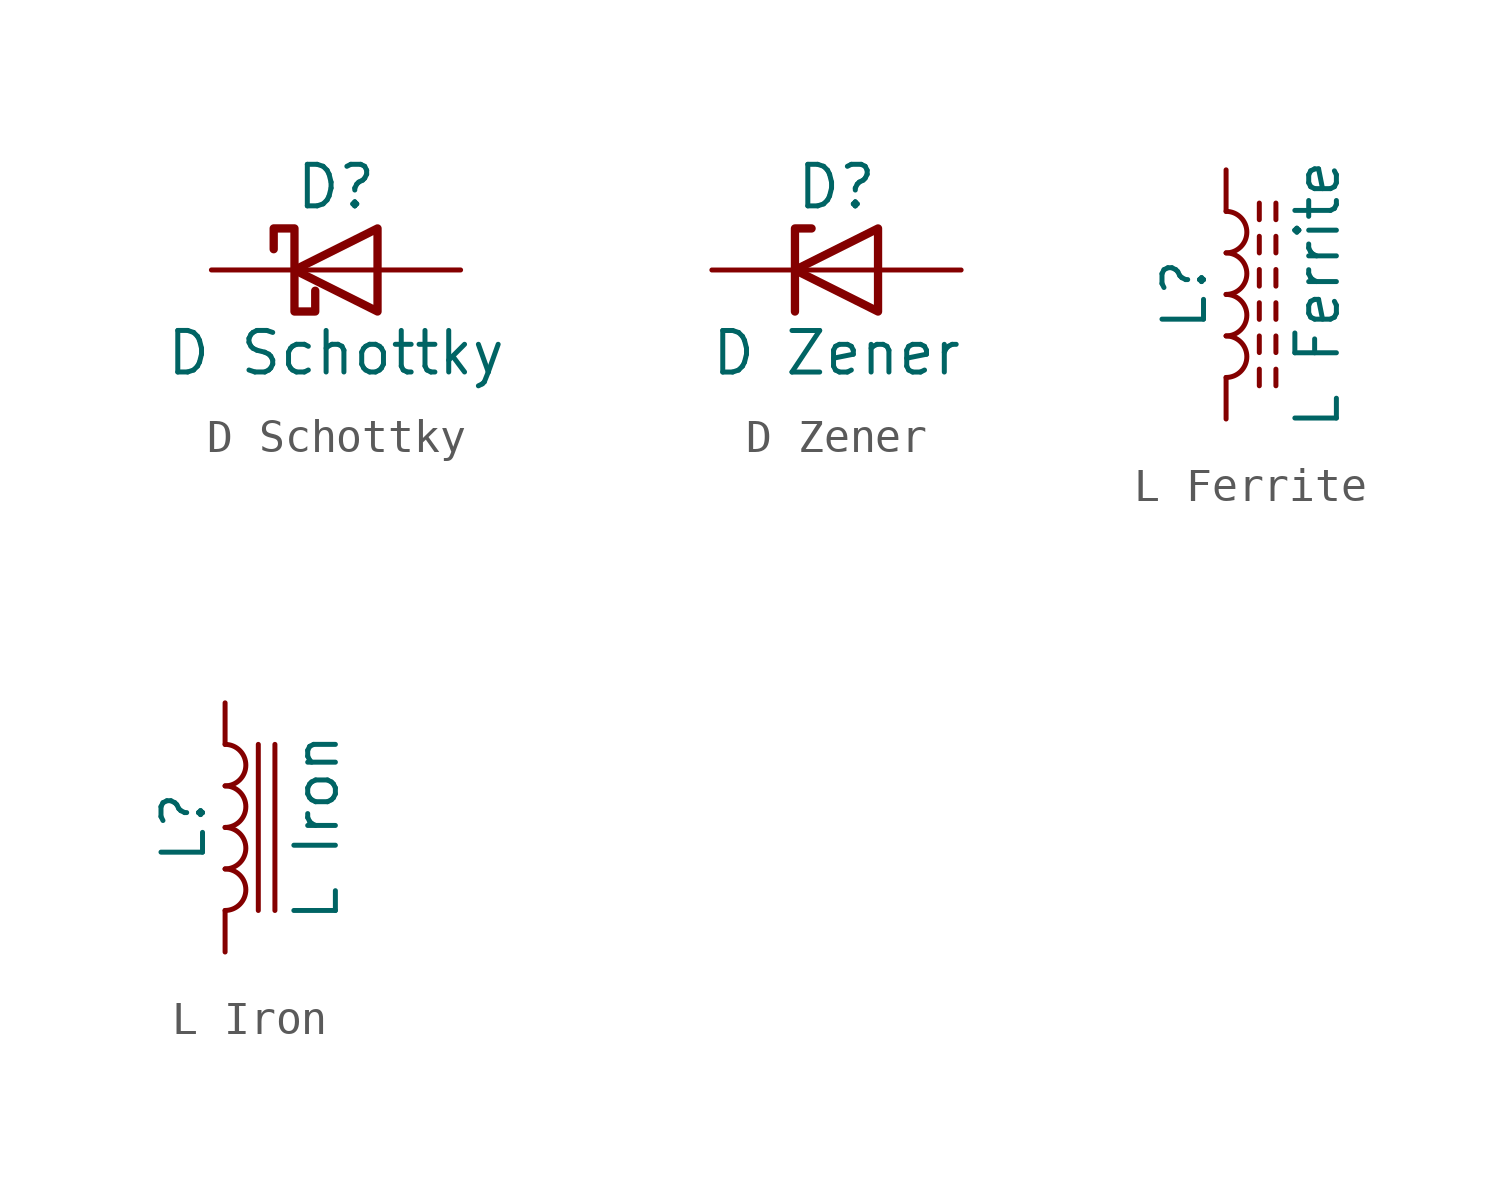
<source format=kicad_sym>
(kicad_symbol_lib
  (version 20220914)
  (generator kicad_symbol_editor)
  (symbol "D Schottky"
    (pin_numbers hide)
    (pin_names
      (offset 1.016) hide)
    (property "Reference" "D"
      (at 0 2.54 0)
      (effects (font (size 1.27 1.27))))
    (property "Value" "D Schottky"
      (at 0 -2.54 0)
      (effects (font (size 1.27 1.27))))
    (symbol "D Schottky_0_1"
      (polyline (pts (xy 1.27 0) (xy -1.27 0)) (stroke (width 0) (type default)) (fill (type none)))
      (polyline (pts (xy 1.27 1.27) (xy 1.27 -1.27) (xy -1.27 0) (xy 1.27 1.27)) (stroke (width 0.254) (type default)) (fill (type none)))
      (polyline (pts (xy -1.905 0.635) (xy -1.905 1.27) (xy -1.27 1.27) (xy -1.27 -1.27) (xy -0.635 -1.27) (xy -0.635 -0.635)) (stroke (width 0.254) (type default)) (fill (type none))))
    (symbol "D Schottky_1_1"
      (pin passive line (at -3.81 0 0) (length 2.54) (name "K" (effects (font (size 1.27 1.27)))) (number "1" (effects (font (size 1.27 1.27)))))
      (pin passive line (at 3.81 0 180) (length 2.54) (name "A" (effects (font (size 1.27 1.27)))) (number "2" (effects (font (size 1.27 1.27)))))))
  (symbol "D Zener"
    (pin_numbers hide)
    (pin_names
      (offset 1.016) hide)
    (property "Reference" "D"
      (at 0 2.54 0)
      (effects (font (size 1.27 1.27))))
    (property "Value" "D Zener"
      (at 0 -2.54 0)
      (effects (font (size 1.27 1.27))))
    (symbol "D Zener_0_1"
      (polyline (pts (xy 1.27 0) (xy -1.27 0)) (stroke (width 0) (type default)) (fill (type none)))
      (polyline (pts (xy -1.27 -1.27) (xy -1.27 1.27) (xy -0.762 1.27)) (stroke (width 0.254) (type default)) (fill (type none)))
      (polyline (pts (xy 1.27 -1.27) (xy 1.27 1.27) (xy -1.27 0) (xy 1.27 -1.27)) (stroke (width 0.254) (type default)) (fill (type none))))
    (symbol "D Zener_1_1"
      (pin passive line (at -3.81 0 0) (length 2.54) (name "K" (effects (font (size 1.27 1.27)))) (number "1" (effects (font (size 1.27 1.27)))))
      (pin passive line (at 3.81 0 180) (length 2.54) (name "A" (effects (font (size 1.27 1.27)))) (number "2" (effects (font (size 1.27 1.27)))))))
  (symbol "L Ferrite"
    (pin_numbers hide)
    (pin_names
      (offset 1.016) hide)
    (property "Reference" "L"
      (at -1.27 0 90)
      (effects (font (size 1.27 1.27))))
    (property "Value" "L Ferrite"
      (at 2.794 0 90)
      (effects (font (size 1.27 1.27))))
    (symbol "L Ferrite_0_1"
      (arc (start 0 -2.54) (mid 0.6323 -1.905) (end 0 -1.27) (stroke (width 0) (type default)) (fill (type none)))
      (arc (start 0 -1.27) (mid 0.6323 -0.635) (end 0 0) (stroke (width 0) (type default)) (fill (type none)))
      (polyline (pts (xy 1.016 -2.794) (xy 1.016 -2.286)) (stroke (width 0) (type default)) (fill (type none)))
      (polyline (pts (xy 1.016 -1.778) (xy 1.016 -1.27)) (stroke (width 0) (type default)) (fill (type none)))
      (polyline (pts (xy 1.016 -0.762) (xy 1.016 -0.254)) (stroke (width 0) (type default)) (fill (type none)))
      (polyline (pts (xy 1.016 0.254) (xy 1.016 0.762)) (stroke (width 0) (type default)) (fill (type none)))
      (polyline (pts (xy 1.016 1.27) (xy 1.016 1.778)) (stroke (width 0) (type default)) (fill (type none)))
      (polyline (pts (xy 1.016 2.286) (xy 1.016 2.794)) (stroke (width 0) (type default)) (fill (type none)))
      (polyline (pts (xy 1.524 -2.286) (xy 1.524 -2.794)) (stroke (width 0) (type default)) (fill (type none)))
      (polyline (pts (xy 1.524 -1.27) (xy 1.524 -1.778)) (stroke (width 0) (type default)) (fill (type none)))
      (polyline (pts (xy 1.524 -0.254) (xy 1.524 -0.762)) (stroke (width 0) (type default)) (fill (type none)))
      (polyline (pts (xy 1.524 0.762) (xy 1.524 0.254)) (stroke (width 0) (type default)) (fill (type none)))
      (polyline (pts (xy 1.524 1.778) (xy 1.524 1.27)) (stroke (width 0) (type default)) (fill (type none)))
      (polyline (pts (xy 1.524 2.794) (xy 1.524 2.286)) (stroke (width 0) (type default)) (fill (type none)))
      (arc (start 0 0) (mid 0.6323 0.635) (end 0 1.27) (stroke (width 0) (type default)) (fill (type none)))
      (arc (start 0 1.27) (mid 0.6323 1.905) (end 0 2.54) (stroke (width 0) (type default)) (fill (type none))))
    (symbol "L Ferrite_1_1"
      (pin passive line (at 0 3.81 270) (length 1.27) (name "1" (effects (font (size 1.27 1.27)))) (number "1" (effects (font (size 1.27 1.27)))))
      (pin passive line (at 0 -3.81 90) (length 1.27) (name "2" (effects (font (size 1.27 1.27)))) (number "2" (effects (font (size 1.27 1.27)))))))
  (symbol "L Iron"
    (pin_numbers hide)
    (pin_names
      (offset 1.016) hide)
    (property "Reference" "L"
      (at -1.27 0 90)
      (effects (font (size 1.27 1.27))))
    (property "Value" "L Iron"
      (at 2.794 0 90)
      (effects (font (size 1.27 1.27))))
    (symbol "L Iron_0_1"
      (arc (start 0 -2.54) (mid 0.6323 -1.905) (end 0 -1.27) (stroke (width 0) (type default)) (fill (type none)))
      (arc (start 0 -1.27) (mid 0.6323 -0.635) (end 0 0) (stroke (width 0) (type default)) (fill (type none)))
      (polyline (pts (xy 1.016 2.54) (xy 1.016 -2.54)) (stroke (width 0) (type default)) (fill (type none)))
      (polyline (pts (xy 1.524 -2.54) (xy 1.524 2.54)) (stroke (width 0) (type default)) (fill (type none)))
      (arc (start 0 0) (mid 0.6323 0.635) (end 0 1.27) (stroke (width 0) (type default)) (fill (type none)))
      (arc (start 0 1.27) (mid 0.6323 1.905) (end 0 2.54) (stroke (width 0) (type default)) (fill (type none))))
    (symbol "L Iron_1_1"
      (pin passive line (at 0 3.81 270) (length 1.27) (name "1" (effects (font (size 1.27 1.27)))) (number "1" (effects (font (size 1.27 1.27)))))
      (pin passive line (at 0 -3.81 90) (length 1.27) (name "2" (effects (font (size 1.27 1.27)))) (number "2" (effects (font (size 1.27 1.27))))))))
</source>
